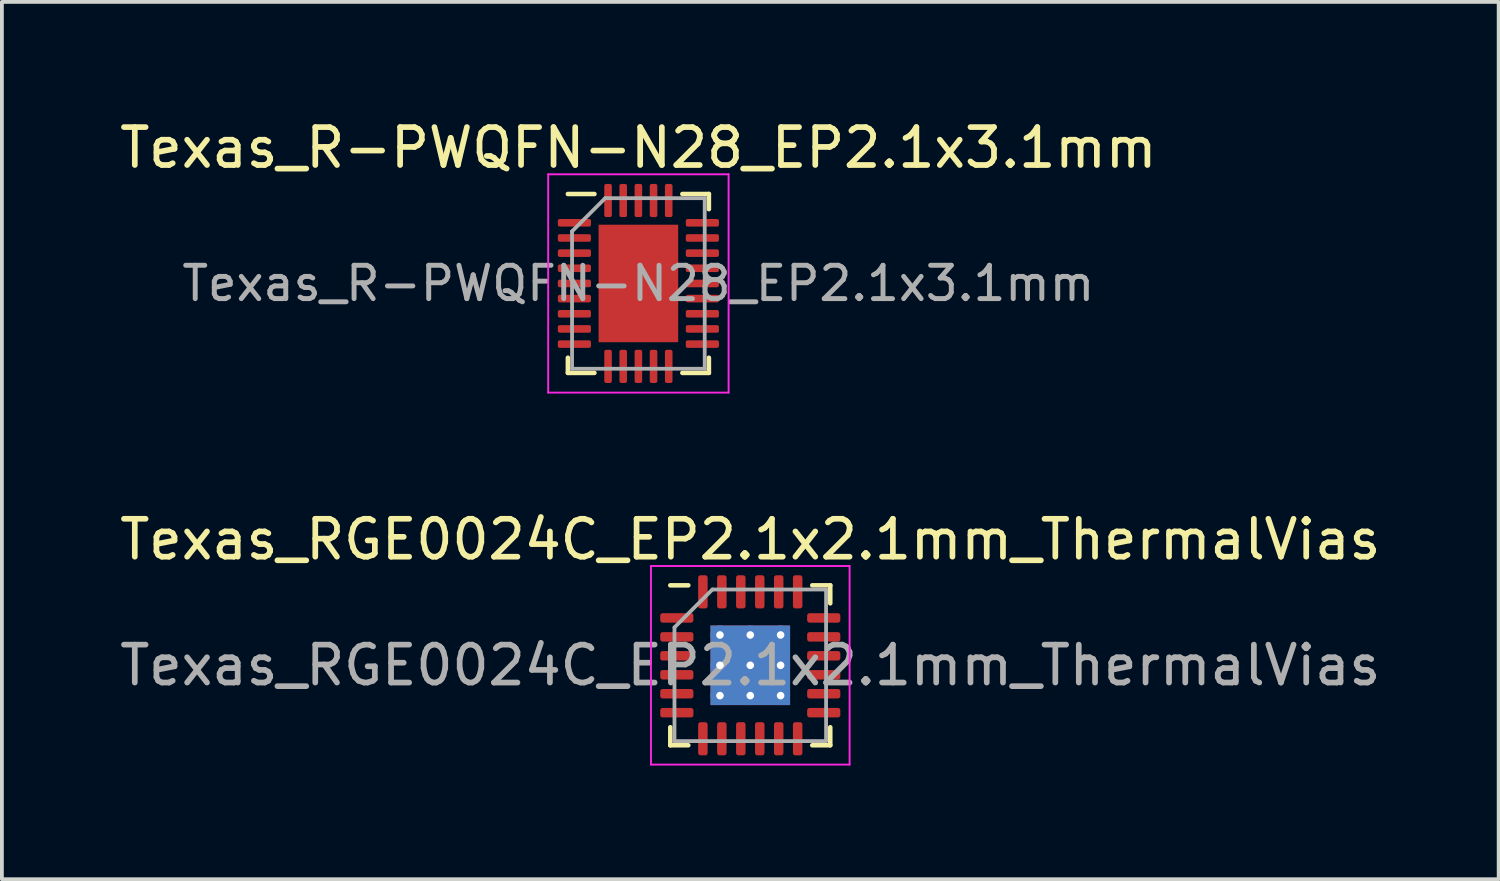
<source format=kicad_pcb>
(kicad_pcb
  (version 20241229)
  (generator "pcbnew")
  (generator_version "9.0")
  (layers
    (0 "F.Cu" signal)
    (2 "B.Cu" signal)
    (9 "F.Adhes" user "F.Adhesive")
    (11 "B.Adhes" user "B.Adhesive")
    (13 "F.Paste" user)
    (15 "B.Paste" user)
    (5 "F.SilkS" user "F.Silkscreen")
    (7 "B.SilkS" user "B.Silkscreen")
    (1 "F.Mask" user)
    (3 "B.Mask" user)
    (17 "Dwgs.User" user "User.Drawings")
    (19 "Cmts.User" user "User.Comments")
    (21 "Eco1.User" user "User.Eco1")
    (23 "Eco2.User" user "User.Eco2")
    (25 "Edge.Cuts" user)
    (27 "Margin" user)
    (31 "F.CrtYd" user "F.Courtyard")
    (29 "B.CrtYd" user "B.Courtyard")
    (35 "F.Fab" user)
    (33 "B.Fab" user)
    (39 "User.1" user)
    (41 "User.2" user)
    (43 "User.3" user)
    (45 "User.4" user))
  (footprint "Texas_RGE0024C_EP2.1x2.1mm_ThermalVias"
    (layer "F.Cu")
    (at 16.744 14.502)
    (property "Reference" "Texas_RGE0024C_EP2.1x2.1mm_ThermalVias" (at 0 -3.32 0) (layer "F.SilkS") (effects (font (size 1 1) (thickness 0.15))))
    (attr smd)
    (fp_line (start -2.11 2.11) (end -2.11 1.635) (stroke (width 0.12) (type solid)) (layer "F.SilkS"))
    (fp_line (start -1.635 -2.11) (end -2.11 -2.11) (stroke (width 0.12) (type solid)) (layer "F.SilkS"))
    (fp_line (start -1.635 2.11) (end -2.11 2.11) (stroke (width 0.12) (type solid)) (layer "F.SilkS"))
    (fp_line (start 1.635 -2.11) (end 2.11 -2.11) (stroke (width 0.12) (type solid)) (layer "F.SilkS"))
    (fp_line (start 1.635 2.11) (end 2.11 2.11) (stroke (width 0.12) (type solid)) (layer "F.SilkS"))
    (fp_line (start 2.11 -2.11) (end 2.11 -1.635) (stroke (width 0.12) (type solid)) (layer "F.SilkS"))
    (fp_line (start 2.11 2.11) (end 2.11 1.635) (stroke (width 0.12) (type solid)) (layer "F.SilkS"))
    (fp_line (start -2.62 -2.62) (end -2.62 2.62) (stroke (width 0.05) (type solid)) (layer "F.CrtYd"))
    (fp_line (start -2.62 2.62) (end 2.62 2.62) (stroke (width 0.05) (type solid)) (layer "F.CrtYd"))
    (fp_line (start 2.62 -2.62) (end -2.62 -2.62) (stroke (width 0.05) (type solid)) (layer "F.CrtYd"))
    (fp_line (start 2.62 2.62) (end 2.62 -2.62) (stroke (width 0.05) (type solid)) (layer "F.CrtYd"))
    (fp_line (start -2 -1) (end -1 -2) (stroke (width 0.1) (type solid)) (layer "F.Fab"))
    (fp_line (start -2 2) (end -2 -1) (stroke (width 0.1) (type solid)) (layer "F.Fab"))
    (fp_line (start -1 -2) (end 2 -2) (stroke (width 0.1) (type solid)) (layer "F.Fab"))
    (fp_line (start 2 -2) (end 2 2) (stroke (width 0.1) (type solid)) (layer "F.Fab"))
    (fp_line (start 2 2) (end -2 2) (stroke (width 0.1) (type solid)) (layer "F.Fab"))
    (fp_text user "${REFERENCE}" (at 0 0 0) (layer "F.Fab") (effects (font (size 1 1) (thickness 0.15))))
    (pad "" smd roundrect (at -0.525 -0.525) (size 0.85 0.85) (layers "F.Paste") (roundrect_rratio 0.25))
    (pad "" smd roundrect (at -0.525 0.525) (size 0.85 0.85) (layers "F.Paste") (roundrect_rratio 0.25))
    (pad "" smd roundrect (at 0.525 -0.525) (size 0.85 0.85) (layers "F.Paste") (roundrect_rratio 0.25))
    (pad "" smd roundrect (at 0.525 0.525) (size 0.85 0.85) (layers "F.Paste") (roundrect_rratio 0.25))
    (pad "1" smd roundrect (at -1.938 -1.25) (size 0.875 0.25) (layers "F.Cu" "F.Mask" "F.Paste") (roundrect_rratio 0.25))
    (pad "2" smd roundrect (at -1.938 -0.75) (size 0.875 0.25) (layers "F.Cu" "F.Mask" "F.Paste") (roundrect_rratio 0.25))
    (pad "3" smd roundrect (at -1.938 -0.25) (size 0.875 0.25) (layers "F.Cu" "F.Mask" "F.Paste") (roundrect_rratio 0.25))
    (pad "4" smd roundrect (at -1.938 0.25) (size 0.875 0.25) (layers "F.Cu" "F.Mask" "F.Paste") (roundrect_rratio 0.25))
    (pad "5" smd roundrect (at -1.938 0.75) (size 0.875 0.25) (layers "F.Cu" "F.Mask" "F.Paste") (roundrect_rratio 0.25))
    (pad "6" smd roundrect (at -1.938 1.25) (size 0.875 0.25) (layers "F.Cu" "F.Mask" "F.Paste") (roundrect_rratio 0.25))
    (pad "7" smd roundrect (at -1.25 1.938) (size 0.25 0.875) (layers "F.Cu" "F.Mask" "F.Paste") (roundrect_rratio 0.25))
    (pad "8" smd roundrect (at -0.75 1.938) (size 0.25 0.875) (layers "F.Cu" "F.Mask" "F.Paste") (roundrect_rratio 0.25))
    (pad "9" smd roundrect (at -0.25 1.938) (size 0.25 0.875) (layers "F.Cu" "F.Mask" "F.Paste") (roundrect_rratio 0.25))
    (pad "10" smd roundrect (at 0.25 1.938) (size 0.25 0.875) (layers "F.Cu" "F.Mask" "F.Paste") (roundrect_rratio 0.25))
    (pad "11" smd roundrect (at 0.75 1.938) (size 0.25 0.875) (layers "F.Cu" "F.Mask" "F.Paste") (roundrect_rratio 0.25))
    (pad "12" smd roundrect (at 1.25 1.938) (size 0.25 0.875) (layers "F.Cu" "F.Mask" "F.Paste") (roundrect_rratio 0.25))
    (pad "13" smd roundrect (at 1.938 1.25) (size 0.875 0.25) (layers "F.Cu" "F.Mask" "F.Paste") (roundrect_rratio 0.25))
    (pad "14" smd roundrect (at 1.938 0.75) (size 0.875 0.25) (layers "F.Cu" "F.Mask" "F.Paste") (roundrect_rratio 0.25))
    (pad "15" smd roundrect (at 1.938 0.25) (size 0.875 0.25) (layers "F.Cu" "F.Mask" "F.Paste") (roundrect_rratio 0.25))
    (pad "16" smd roundrect (at 1.938 -0.25) (size 0.875 0.25) (layers "F.Cu" "F.Mask" "F.Paste") (roundrect_rratio 0.25))
    (pad "17" smd roundrect (at 1.938 -0.75) (size 0.875 0.25) (layers "F.Cu" "F.Mask" "F.Paste") (roundrect_rratio 0.25))
    (pad "18" smd roundrect (at 1.938 -1.25) (size 0.875 0.25) (layers "F.Cu" "F.Mask" "F.Paste") (roundrect_rratio 0.25))
    (pad "19" smd roundrect (at 1.25 -1.938) (size 0.25 0.875) (layers "F.Cu" "F.Mask" "F.Paste") (roundrect_rratio 0.25))
    (pad "20" smd roundrect (at 0.75 -1.938) (size 0.25 0.875) (layers "F.Cu" "F.Mask" "F.Paste") (roundrect_rratio 0.25))
    (pad "21" smd roundrect (at 0.25 -1.938) (size 0.25 0.875) (layers "F.Cu" "F.Mask" "F.Paste") (roundrect_rratio 0.25))
    (pad "22" smd roundrect (at -0.25 -1.938) (size 0.25 0.875) (layers "F.Cu" "F.Mask" "F.Paste") (roundrect_rratio 0.25))
    (pad "23" smd roundrect (at -0.75 -1.938) (size 0.25 0.875) (layers "F.Cu" "F.Mask" "F.Paste") (roundrect_rratio 0.25))
    (pad "24" smd roundrect (at -1.25 -1.938) (size 0.25 0.875) (layers "F.Cu" "F.Mask" "F.Paste") (roundrect_rratio 0.25))
    (pad "25" thru_hole circle (at -0.8 -0.8) (size 0.5 0.5) (drill 0.2) (layers "*.Cu"))
    (pad "25" thru_hole circle (at -0.8 0) (size 0.5 0.5) (drill 0.2) (layers "*.Cu"))
    (pad "25" thru_hole circle (at -0.8 0.8) (size 0.5 0.5) (drill 0.2) (layers "*.Cu"))
    (pad "25" thru_hole circle (at 0 -0.8) (size 0.5 0.5) (drill 0.2) (layers "*.Cu"))
    (pad "25" thru_hole circle (at 0 0) (size 0.5 0.5) (drill 0.2) (layers "*.Cu"))
    (pad "25" smd rect (at 0 0) (size 2.1 2.1) (layers "F.Cu" "F.Mask"))
    (pad "25" smd rect (at 0 0) (size 2.1 2.1) (layers "B.Cu"))
    (pad "25" thru_hole circle (at 0 0.8) (size 0.5 0.5) (drill 0.2) (layers "*.Cu"))
    (pad "25" thru_hole circle (at 0.8 -0.8) (size 0.5 0.5) (drill 0.2) (layers "*.Cu"))
    (pad "25" thru_hole circle (at 0.8 0) (size 0.5 0.5) (drill 0.2) (layers "*.Cu"))
    (pad "25" thru_hole circle (at 0.8 0.8) (size 0.5 0.5) (drill 0.2) (layers "*.Cu")))
  (footprint "Texas_R-PWQFN-N28_EP2.1x3.1mm"
    (layer "F.Cu")
    (at 13.792 4.428)
    (property "Reference" "Texas_R-PWQFN-N28_EP2.1x3.1mm" (at 0 -3.58 0) (layer "F.SilkS") (effects (font (size 1 1) (thickness 0.15))))
    (attr smd)
    (fp_line (start -1.86 2.36) (end -1.86 1.96) (stroke (width 0.12) (type solid)) (layer "F.SilkS"))
    (fp_line (start -1.16 -2.36) (end -1.86 -2.36) (stroke (width 0.12) (type solid)) (layer "F.SilkS"))
    (fp_line (start -1.16 2.36) (end -1.86 2.36) (stroke (width 0.12) (type solid)) (layer "F.SilkS"))
    (fp_line (start 1.16 -2.36) (end 1.86 -2.36) (stroke (width 0.12) (type solid)) (layer "F.SilkS"))
    (fp_line (start 1.16 2.36) (end 1.86 2.36) (stroke (width 0.12) (type solid)) (layer "F.SilkS"))
    (fp_line (start 1.86 -2.36) (end 1.86 -1.96) (stroke (width 0.12) (type solid)) (layer "F.SilkS"))
    (fp_line (start 1.86 2.36) (end 1.86 1.96) (stroke (width 0.12) (type solid)) (layer "F.SilkS"))
    (fp_line (start -2.38 -2.88) (end -2.38 2.88) (stroke (width 0.05) (type solid)) (layer "F.CrtYd"))
    (fp_line (start -2.38 2.88) (end 2.38 2.88) (stroke (width 0.05) (type solid)) (layer "F.CrtYd"))
    (fp_line (start 2.38 -2.88) (end -2.38 -2.88) (stroke (width 0.05) (type solid)) (layer "F.CrtYd"))
    (fp_line (start 2.38 2.88) (end 2.38 -2.88) (stroke (width 0.05) (type solid)) (layer "F.CrtYd"))
    (fp_line (start -1.75 -1.375) (end -0.875 -2.25) (stroke (width 0.1) (type solid)) (layer "F.Fab"))
    (fp_line (start -1.75 2.25) (end -1.75 -1.375) (stroke (width 0.1) (type solid)) (layer "F.Fab"))
    (fp_line (start -0.875 -2.25) (end 1.75 -2.25) (stroke (width 0.1) (type solid)) (layer "F.Fab"))
    (fp_line (start 1.75 -2.25) (end 1.75 2.25) (stroke (width 0.1) (type solid)) (layer "F.Fab"))
    (fp_line (start 1.75 2.25) (end -1.75 2.25) (stroke (width 0.1) (type solid)) (layer "F.Fab"))
    (fp_text user "${REFERENCE}" (at 0 0 0) (layer "F.Fab") (effects (font (size 0.88 0.88) (thickness 0.13))))
    (pad "" smd roundrect (at -0.525 -0.775) (size 0.85 1.25) (layers "F.Paste") (roundrect_rratio 0.25))
    (pad "" smd roundrect (at -0.525 0.775) (size 0.85 1.25) (layers "F.Paste") (roundrect_rratio 0.25))
    (pad "" smd roundrect (at 0.525 -0.775) (size 0.85 1.25) (layers "F.Paste") (roundrect_rratio 0.25))
    (pad "" smd roundrect (at 0.525 0.775) (size 0.85 1.25) (layers "F.Paste") (roundrect_rratio 0.25))
    (pad "1" smd roundrect (at -1.688 -1.6) (size 0.875 0.2) (layers "F.Cu" "F.Mask" "F.Paste") (roundrect_rratio 0.25))
    (pad "2" smd roundrect (at -1.688 -1.2) (size 0.875 0.2) (layers "F.Cu" "F.Mask" "F.Paste") (roundrect_rratio 0.25))
    (pad "3" smd roundrect (at -1.688 -0.8) (size 0.875 0.2) (layers "F.Cu" "F.Mask" "F.Paste") (roundrect_rratio 0.25))
    (pad "4" smd roundrect (at -1.688 -0.4) (size 0.875 0.2) (layers "F.Cu" "F.Mask" "F.Paste") (roundrect_rratio 0.25))
    (pad "5" smd roundrect (at -1.688 0) (size 0.875 0.2) (layers "F.Cu" "F.Mask" "F.Paste") (roundrect_rratio 0.25))
    (pad "6" smd roundrect (at -1.688 0.4) (size 0.875 0.2) (layers "F.Cu" "F.Mask" "F.Paste") (roundrect_rratio 0.25))
    (pad "7" smd roundrect (at -1.688 0.8) (size 0.875 0.2) (layers "F.Cu" "F.Mask" "F.Paste") (roundrect_rratio 0.25))
    (pad "8" smd roundrect (at -1.688 1.2) (size 0.875 0.2) (layers "F.Cu" "F.Mask" "F.Paste") (roundrect_rratio 0.25))
    (pad "9" smd roundrect (at -1.688 1.6) (size 0.875 0.2) (layers "F.Cu" "F.Mask" "F.Paste") (roundrect_rratio 0.25))
    (pad "10" smd roundrect (at -0.8 2.188) (size 0.2 0.875) (layers "F.Cu" "F.Mask" "F.Paste") (roundrect_rratio 0.25))
    (pad "11" smd roundrect (at -0.4 2.188) (size 0.2 0.875) (layers "F.Cu" "F.Mask" "F.Paste") (roundrect_rratio 0.25))
    (pad "12" smd roundrect (at 0 2.188) (size 0.2 0.875) (layers "F.Cu" "F.Mask" "F.Paste") (roundrect_rratio 0.25))
    (pad "13" smd roundrect (at 0.4 2.188) (size 0.2 0.875) (layers "F.Cu" "F.Mask" "F.Paste") (roundrect_rratio 0.25))
    (pad "14" smd roundrect (at 0.8 2.188) (size 0.2 0.875) (layers "F.Cu" "F.Mask" "F.Paste") (roundrect_rratio 0.25))
    (pad "15" smd roundrect (at 1.688 1.6) (size 0.875 0.2) (layers "F.Cu" "F.Mask" "F.Paste") (roundrect_rratio 0.25))
    (pad "16" smd roundrect (at 1.688 1.2) (size 0.875 0.2) (layers "F.Cu" "F.Mask" "F.Paste") (roundrect_rratio 0.25))
    (pad "17" smd roundrect (at 1.688 0.8) (size 0.875 0.2) (layers "F.Cu" "F.Mask" "F.Paste") (roundrect_rratio 0.25))
    (pad "18" smd roundrect (at 1.688 0.4) (size 0.875 0.2) (layers "F.Cu" "F.Mask" "F.Paste") (roundrect_rratio 0.25))
    (pad "19" smd roundrect (at 1.688 0) (size 0.875 0.2) (layers "F.Cu" "F.Mask" "F.Paste") (roundrect_rratio 0.25))
    (pad "20" smd roundrect (at 1.688 -0.4) (size 0.875 0.2) (layers "F.Cu" "F.Mask" "F.Paste") (roundrect_rratio 0.25))
    (pad "21" smd roundrect (at 1.688 -0.8) (size 0.875 0.2) (layers "F.Cu" "F.Mask" "F.Paste") (roundrect_rratio 0.25))
    (pad "22" smd roundrect (at 1.688 -1.2) (size 0.875 0.2) (layers "F.Cu" "F.Mask" "F.Paste") (roundrect_rratio 0.25))
    (pad "23" smd roundrect (at 1.688 -1.6) (size 0.875 0.2) (layers "F.Cu" "F.Mask" "F.Paste") (roundrect_rratio 0.25))
    (pad "24" smd roundrect (at 0.8 -2.188) (size 0.2 0.875) (layers "F.Cu" "F.Mask" "F.Paste") (roundrect_rratio 0.25))
    (pad "25" smd roundrect (at 0.4 -2.188) (size 0.2 0.875) (layers "F.Cu" "F.Mask" "F.Paste") (roundrect_rratio 0.25))
    (pad "26" smd roundrect (at 0 -2.188) (size 0.2 0.875) (layers "F.Cu" "F.Mask" "F.Paste") (roundrect_rratio 0.25))
    (pad "27" smd roundrect (at -0.4 -2.188) (size 0.2 0.875) (layers "F.Cu" "F.Mask" "F.Paste") (roundrect_rratio 0.25))
    (pad "28" smd roundrect (at -0.8 -2.188) (size 0.2 0.875) (layers "F.Cu" "F.Mask" "F.Paste") (roundrect_rratio 0.25))
    (pad "29" smd rect (at 0 0) (size 2.1 3.1) (layers "F.Cu" "F.Mask")))
  (gr_rect
    (start -3 -3)
    (end 36.488 20.146)
    (stroke (width 0.1) (type default))
    (fill no)
    (layer "Edge.Cuts")))
</source>
